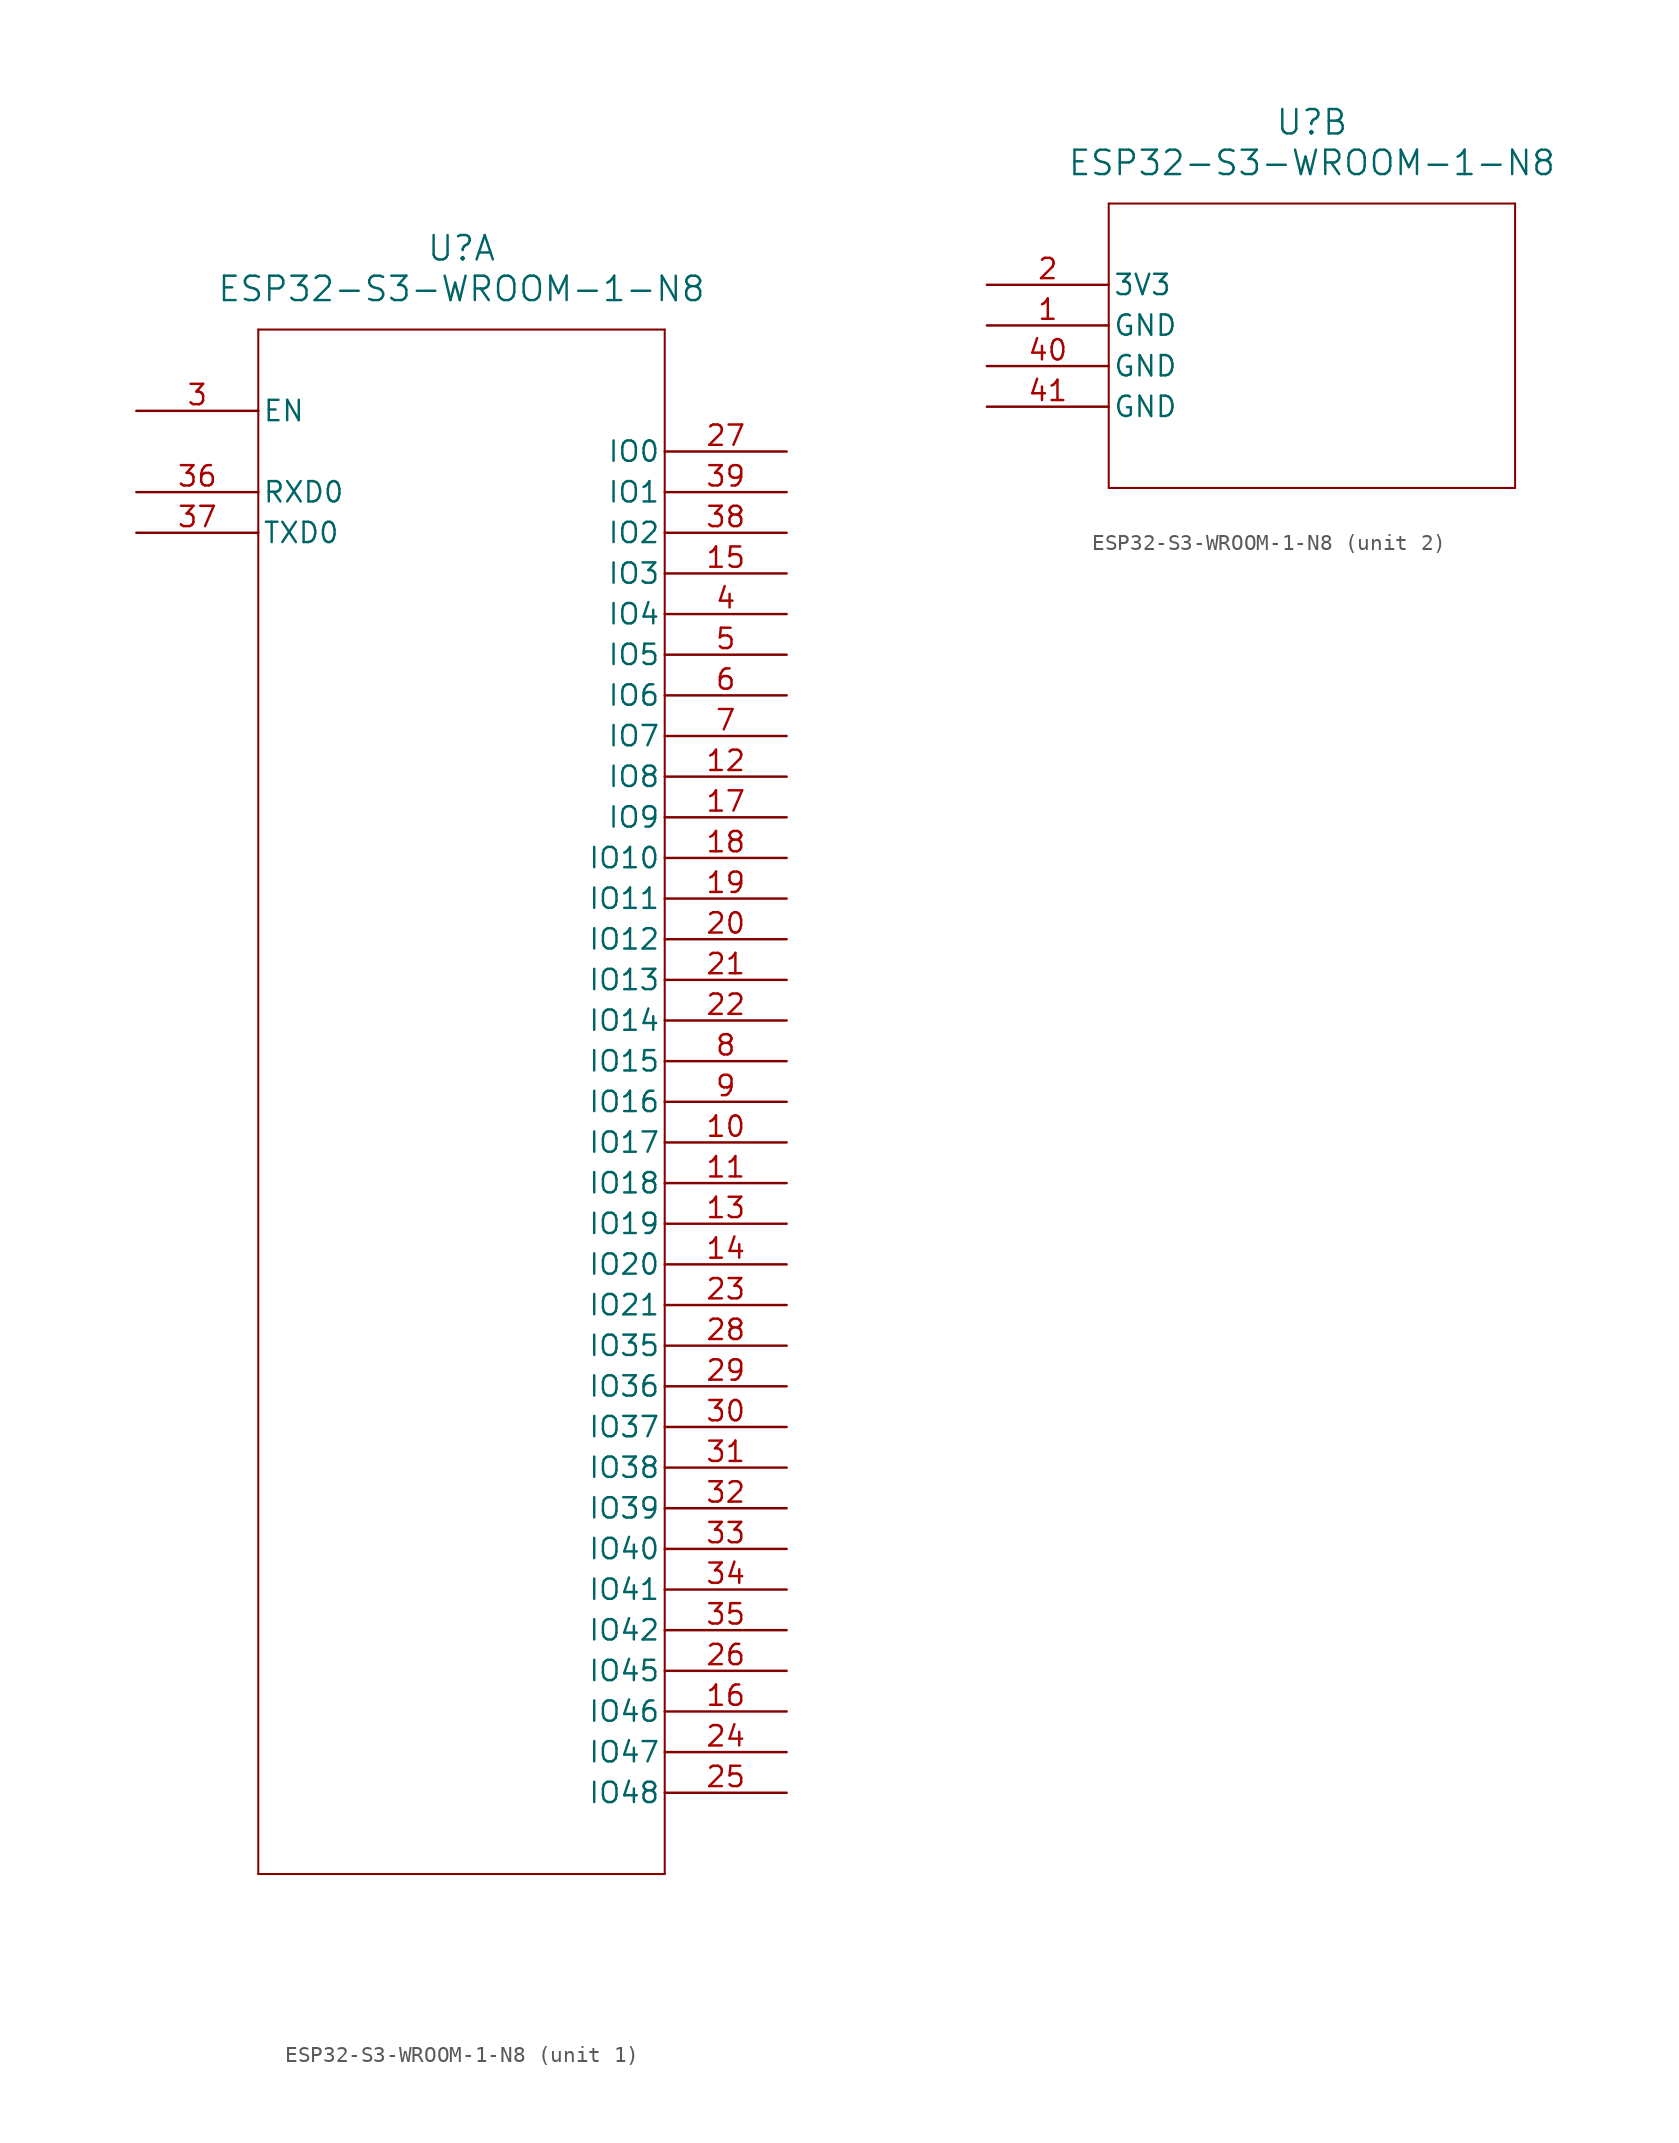
<source format=kicad_sym>
(kicad_symbol_lib
  (version 20211014)
  (generator kicad_symbol_editor)
  (symbol "ESP32-S3-WROOM-1-N8"
    (pin_names
      (offset 0.254))
    (property "Reference" "U"
      (at 20.32 10.16 0)
      (effects (font (size 1.524 1.524))))
    (property "Value" "ESP32-S3-WROOM-1-N8"
      (at 20.32 7.62 0)
      (effects (font (size 1.524 1.524))))
    (symbol "ESP32-S3-WROOM-1-N8_1_1"
      (polyline (pts (xy 7.62 5.08) (xy 7.62 -91.44)) (stroke (width 0.127) (type default) (color 0 0 0 0)) (fill (type none)))
      (polyline (pts (xy 7.62 -91.44) (xy 33.02 -91.44)) (stroke (width 0.127) (type default) (color 0 0 0 0)) (fill (type none)))
      (polyline (pts (xy 33.02 -91.44) (xy 33.02 5.08)) (stroke (width 0.127) (type default) (color 0 0 0 0)) (fill (type none)))
      (polyline (pts (xy 33.02 5.08) (xy 7.62 5.08)) (stroke (width 0.127) (type default) (color 0 0 0 0)) (fill (type none)))
      (pin input line (at 0 0 0) (length 7.62) (name "EN" (effects (font (size 1.27 1.27)))) (number "3" (effects (font (size 1.27 1.27)))))
      (pin bidirectional line (at 40.64 -12.7 180) (length 7.62) (name "IO4" (effects (font (size 1.27 1.27)))) (number "4" (effects (font (size 1.27 1.27)))))
      (pin bidirectional line (at 40.64 -15.24 180) (length 7.62) (name "IO5" (effects (font (size 1.27 1.27)))) (number "5" (effects (font (size 1.27 1.27)))))
      (pin bidirectional line (at 40.64 -17.78 180) (length 7.62) (name "IO6" (effects (font (size 1.27 1.27)))) (number "6" (effects (font (size 1.27 1.27)))))
      (pin bidirectional line (at 40.64 -20.32 180) (length 7.62) (name "IO7" (effects (font (size 1.27 1.27)))) (number "7" (effects (font (size 1.27 1.27)))))
      (pin bidirectional line (at 40.64 -40.64 180) (length 7.62) (name "IO15" (effects (font (size 1.27 1.27)))) (number "8" (effects (font (size 1.27 1.27)))))
      (pin bidirectional line (at 40.64 -43.18 180) (length 7.62) (name "IO16" (effects (font (size 1.27 1.27)))) (number "9" (effects (font (size 1.27 1.27)))))
      (pin bidirectional line (at 40.64 -45.72 180) (length 7.62) (name "IO17" (effects (font (size 1.27 1.27)))) (number "10" (effects (font (size 1.27 1.27)))))
      (pin bidirectional line (at 40.64 -48.26 180) (length 7.62) (name "IO18" (effects (font (size 1.27 1.27)))) (number "11" (effects (font (size 1.27 1.27)))))
      (pin bidirectional line (at 40.64 -22.86 180) (length 7.62) (name "IO8" (effects (font (size 1.27 1.27)))) (number "12" (effects (font (size 1.27 1.27)))))
      (pin bidirectional line (at 40.64 -50.8 180) (length 7.62) (name "IO19" (effects (font (size 1.27 1.27)))) (number "13" (effects (font (size 1.27 1.27)))))
      (pin bidirectional line (at 40.64 -53.34 180) (length 7.62) (name "IO20" (effects (font (size 1.27 1.27)))) (number "14" (effects (font (size 1.27 1.27)))))
      (pin bidirectional line (at 40.64 -10.16 180) (length 7.62) (name "IO3" (effects (font (size 1.27 1.27)))) (number "15" (effects (font (size 1.27 1.27)))))
      (pin bidirectional line (at 40.64 -81.28 180) (length 7.62) (name "IO46" (effects (font (size 1.27 1.27)))) (number "16" (effects (font (size 1.27 1.27)))))
      (pin bidirectional line (at 40.64 -25.4 180) (length 7.62) (name "IO9" (effects (font (size 1.27 1.27)))) (number "17" (effects (font (size 1.27 1.27)))))
      (pin bidirectional line (at 40.64 -27.94 180) (length 7.62) (name "IO10" (effects (font (size 1.27 1.27)))) (number "18" (effects (font (size 1.27 1.27)))))
      (pin bidirectional line (at 40.64 -30.48 180) (length 7.62) (name "IO11" (effects (font (size 1.27 1.27)))) (number "19" (effects (font (size 1.27 1.27)))))
      (pin bidirectional line (at 40.64 -33.02 180) (length 7.62) (name "IO12" (effects (font (size 1.27 1.27)))) (number "20" (effects (font (size 1.27 1.27)))))
      (pin bidirectional line (at 40.64 -35.56 180) (length 7.62) (name "IO13" (effects (font (size 1.27 1.27)))) (number "21" (effects (font (size 1.27 1.27)))))
      (pin bidirectional line (at 40.64 -38.1 180) (length 7.62) (name "IO14" (effects (font (size 1.27 1.27)))) (number "22" (effects (font (size 1.27 1.27)))))
      (pin bidirectional line (at 40.64 -55.88 180) (length 7.62) (name "IO21" (effects (font (size 1.27 1.27)))) (number "23" (effects (font (size 1.27 1.27)))))
      (pin bidirectional line (at 40.64 -83.82 180) (length 7.62) (name "IO47" (effects (font (size 1.27 1.27)))) (number "24" (effects (font (size 1.27 1.27)))))
      (pin bidirectional line (at 40.64 -86.36 180) (length 7.62) (name "IO48" (effects (font (size 1.27 1.27)))) (number "25" (effects (font (size 1.27 1.27)))))
      (pin bidirectional line (at 40.64 -78.74 180) (length 7.62) (name "IO45" (effects (font (size 1.27 1.27)))) (number "26" (effects (font (size 1.27 1.27)))))
      (pin bidirectional line (at 40.64 -2.54 180) (length 7.62) (name "IO0" (effects (font (size 1.27 1.27)))) (number "27" (effects (font (size 1.27 1.27)))))
      (pin bidirectional line (at 40.64 -58.42 180) (length 7.62) (name "IO35" (effects (font (size 1.27 1.27)))) (number "28" (effects (font (size 1.27 1.27)))))
      (pin bidirectional line (at 40.64 -60.96 180) (length 7.62) (name "IO36" (effects (font (size 1.27 1.27)))) (number "29" (effects (font (size 1.27 1.27)))))
      (pin bidirectional line (at 40.64 -63.5 180) (length 7.62) (name "IO37" (effects (font (size 1.27 1.27)))) (number "30" (effects (font (size 1.27 1.27)))))
      (pin bidirectional line (at 40.64 -66.04 180) (length 7.62) (name "IO38" (effects (font (size 1.27 1.27)))) (number "31" (effects (font (size 1.27 1.27)))))
      (pin bidirectional line (at 40.64 -68.58 180) (length 7.62) (name "IO39" (effects (font (size 1.27 1.27)))) (number "32" (effects (font (size 1.27 1.27)))))
      (pin bidirectional line (at 40.64 -71.12 180) (length 7.62) (name "IO40" (effects (font (size 1.27 1.27)))) (number "33" (effects (font (size 1.27 1.27)))))
      (pin bidirectional line (at 40.64 -73.66 180) (length 7.62) (name "IO41" (effects (font (size 1.27 1.27)))) (number "34" (effects (font (size 1.27 1.27)))))
      (pin bidirectional line (at 40.64 -76.2 180) (length 7.62) (name "IO42" (effects (font (size 1.27 1.27)))) (number "35" (effects (font (size 1.27 1.27)))))
      (pin bidirectional line (at 0 -5.08 0) (length 7.62) (name "RXD0" (effects (font (size 1.27 1.27)))) (number "36" (effects (font (size 1.27 1.27)))))
      (pin bidirectional line (at 0 -7.62 0) (length 7.62) (name "TXD0" (effects (font (size 1.27 1.27)))) (number "37" (effects (font (size 1.27 1.27)))))
      (pin bidirectional line (at 40.64 -7.62 180) (length 7.62) (name "IO2" (effects (font (size 1.27 1.27)))) (number "38" (effects (font (size 1.27 1.27)))))
      (pin bidirectional line (at 40.64 -5.08 180) (length 7.62) (name "IO1" (effects (font (size 1.27 1.27)))) (number "39" (effects (font (size 1.27 1.27))))))
    (symbol "ESP32-S3-WROOM-1-N8_2_1"
      (polyline (pts (xy 7.62 5.08) (xy 7.62 -12.7)) (stroke (width 0.127) (type default) (color 0 0 0 0)) (fill (type none)))
      (polyline (pts (xy 7.62 -12.7) (xy 33.02 -12.7)) (stroke (width 0.127) (type default) (color 0 0 0 0)) (fill (type none)))
      (polyline (pts (xy 33.02 -12.7) (xy 33.02 5.08)) (stroke (width 0.127) (type default) (color 0 0 0 0)) (fill (type none)))
      (polyline (pts (xy 33.02 5.08) (xy 7.62 5.08)) (stroke (width 0.127) (type default) (color 0 0 0 0)) (fill (type none)))
      (pin power_out line (at 0 -2.54 0) (length 7.62) (name "GND" (effects (font (size 1.27 1.27)))) (number "1" (effects (font (size 1.27 1.27)))))
      (pin power_in line (at 0 0 0) (length 7.62) (name "3V3" (effects (font (size 1.27 1.27)))) (number "2" (effects (font (size 1.27 1.27)))))
      (pin power_out line (at 0 -5.08 0) (length 7.62) (name "GND" (effects (font (size 1.27 1.27)))) (number "40" (effects (font (size 1.27 1.27)))))
      (pin power_out line (at 0 -7.62 0) (length 7.62) (name "GND" (effects (font (size 1.27 1.27)))) (number "41" (effects (font (size 1.27 1.27))))))))
</source>
